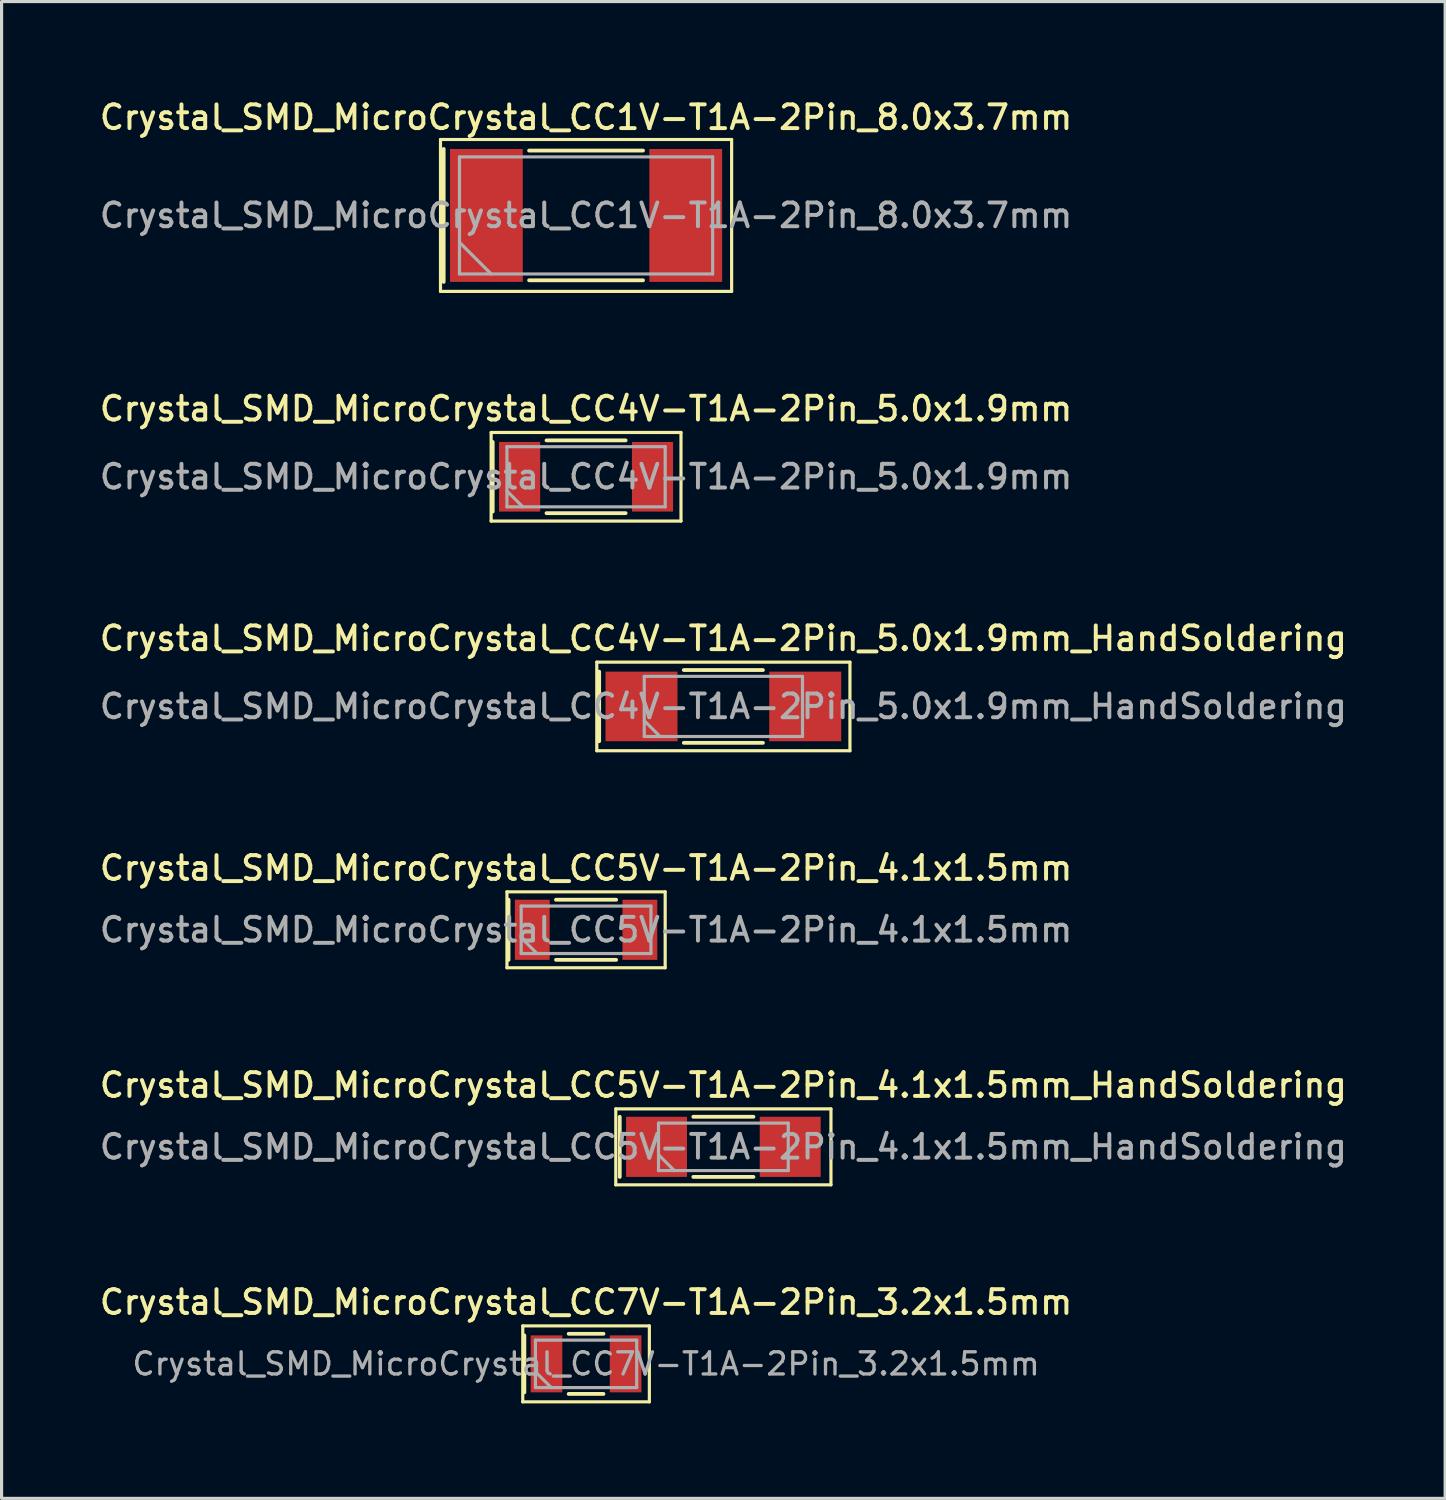
<source format=kicad_pcb>
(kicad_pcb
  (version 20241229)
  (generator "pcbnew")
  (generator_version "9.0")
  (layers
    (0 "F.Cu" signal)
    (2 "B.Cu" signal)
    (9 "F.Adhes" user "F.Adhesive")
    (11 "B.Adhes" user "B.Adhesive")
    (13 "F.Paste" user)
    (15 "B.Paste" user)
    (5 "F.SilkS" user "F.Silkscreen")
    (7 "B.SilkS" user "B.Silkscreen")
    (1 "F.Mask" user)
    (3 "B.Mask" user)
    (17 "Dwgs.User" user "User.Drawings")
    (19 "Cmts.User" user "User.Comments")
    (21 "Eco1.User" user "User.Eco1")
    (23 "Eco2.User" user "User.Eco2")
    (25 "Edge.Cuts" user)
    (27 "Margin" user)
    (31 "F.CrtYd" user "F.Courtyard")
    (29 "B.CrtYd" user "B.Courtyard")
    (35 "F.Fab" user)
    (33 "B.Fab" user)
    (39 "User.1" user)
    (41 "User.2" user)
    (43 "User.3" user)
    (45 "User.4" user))
  (footprint "Crystal_SMD_MicroCrystal_CC1V-T1A-2Pin_8.0x3.7mm"
    (layer "F.Cu")
    (at 15.47 3.758)
    (property "Reference" "Crystal_SMD_MicroCrystal_CC1V-T1A-2Pin_8.0x3.7mm" (at 0 -3.1 0) (layer "F.SilkS") (effects (font (size 0.75 0.75) (thickness 0.125))))
    (attr smd)
    (fp_line (start -4.6 -2.4) (end -4.6 2.4) (stroke (width 0.1) (type solid)) (layer "F.SilkS"))
    (fp_line (start -4.6 2.4) (end 4.6 2.4) (stroke (width 0.1) (type solid)) (layer "F.SilkS"))
    (fp_line (start -4.5 -2.1) (end -4.5 2.1) (stroke (width 0.12) (type solid)) (layer "F.SilkS"))
    (fp_line (start -1.8 -2.05) (end 1.8 -2.05) (stroke (width 0.12) (type solid)) (layer "F.SilkS"))
    (fp_line (start -1.8 2.05) (end 1.8 2.05) (stroke (width 0.12) (type solid)) (layer "F.SilkS"))
    (fp_line (start 4.6 -2.4) (end -4.6 -2.4) (stroke (width 0.1) (type solid)) (layer "F.SilkS"))
    (fp_line (start 4.6 2.4) (end 4.6 -2.4) (stroke (width 0.1) (type solid)) (layer "F.SilkS"))
    (fp_line (start -4 -1.85) (end -4 1.85) (stroke (width 0.1) (type solid)) (layer "F.Fab"))
    (fp_line (start -4 0.85) (end -3 1.85) (stroke (width 0.1) (type solid)) (layer "F.Fab"))
    (fp_line (start -4 1.85) (end 4 1.85) (stroke (width 0.1) (type solid)) (layer "F.Fab"))
    (fp_line (start 4 -1.85) (end -4 -1.85) (stroke (width 0.1) (type solid)) (layer "F.Fab"))
    (fp_line (start 4 1.85) (end 4 -1.85) (stroke (width 0.1) (type solid)) (layer "F.Fab"))
    (fp_text user "${REFERENCE}" (at 0 0 0) (layer "F.Fab") (effects (font (size 0.75 0.75) (thickness 0.125))))
    (pad "1" smd rect (at -3.15 0) (size 2.3 4.2) (layers "F.Cu" "F.Mask" "F.Paste"))
    (pad "2" smd rect (at 3.15 0) (size 2.3 4.2) (layers "F.Cu" "F.Mask" "F.Paste")))
  (footprint "Crystal_SMD_MicroCrystal_CC5V-T1A-2Pin_4.1x1.5mm"
    (layer "F.Cu")
    (at 15.47 26.332)
    (property "Reference" "Crystal_SMD_MicroCrystal_CC5V-T1A-2Pin_4.1x1.5mm" (at 0 -1.95 0) (layer "F.SilkS") (effects (font (size 0.75 0.75) (thickness 0.125))))
    (attr smd)
    (fp_line (start -2.5 -1.2) (end -2.5 1.2) (stroke (width 0.1) (type solid)) (layer "F.SilkS"))
    (fp_line (start -2.5 1.2) (end 2.5 1.2) (stroke (width 0.1) (type solid)) (layer "F.SilkS"))
    (fp_line (start -2.45 -0.95) (end -2.45 0.95) (stroke (width 0.12) (type solid)) (layer "F.SilkS"))
    (fp_line (start -0.95 -0.95) (end 0.95 -0.95) (stroke (width 0.12) (type solid)) (layer "F.SilkS"))
    (fp_line (start -0.95 0.95) (end 0.95 0.95) (stroke (width 0.12) (type solid)) (layer "F.SilkS"))
    (fp_line (start 2.5 -1.2) (end -2.5 -1.2) (stroke (width 0.1) (type solid)) (layer "F.SilkS"))
    (fp_line (start 2.5 1.2) (end 2.5 -1.2) (stroke (width 0.1) (type solid)) (layer "F.SilkS"))
    (fp_line (start -2.05 -0.75) (end -2.05 0.75) (stroke (width 0.1) (type solid)) (layer "F.Fab"))
    (fp_line (start -2.05 0.25) (end -1.55 0.75) (stroke (width 0.1) (type solid)) (layer "F.Fab"))
    (fp_line (start -2.05 0.75) (end 2.05 0.75) (stroke (width 0.1) (type solid)) (layer "F.Fab"))
    (fp_line (start 2.05 -0.75) (end -2.05 -0.75) (stroke (width 0.1) (type solid)) (layer "F.Fab"))
    (fp_line (start 2.05 0.75) (end 2.05 -0.75) (stroke (width 0.1) (type solid)) (layer "F.Fab"))
    (fp_text user "${REFERENCE}" (at 0 0 0) (layer "F.Fab") (effects (font (size 0.75 0.75) (thickness 0.125))))
    (pad "1" smd rect (at -1.7 0) (size 1.1 1.9) (layers "F.Cu" "F.Mask" "F.Paste"))
    (pad "2" smd rect (at 1.7 0) (size 1.1 1.9) (layers "F.Cu" "F.Mask" "F.Paste")))
  (footprint "Crystal_SMD_MicroCrystal_CC5V-T1A-2Pin_4.1x1.5mm_HandSoldering"
    (layer "F.Cu")
    (at 19.809 33.191)
    (property "Reference" "Crystal_SMD_MicroCrystal_CC5V-T1A-2Pin_4.1x1.5mm_HandSoldering" (at 0 -1.95 0) (layer "F.SilkS") (effects (font (size 0.75 0.75) (thickness 0.125))))
    (attr smd)
    (fp_line (start -3.4 -1.2) (end -3.4 1.2) (stroke (width 0.1) (type solid)) (layer "F.SilkS"))
    (fp_line (start -3.4 1.2) (end 3.4 1.2) (stroke (width 0.1) (type solid)) (layer "F.SilkS"))
    (fp_line (start -3.275 -0.95) (end -3.275 0.95) (stroke (width 0.12) (type solid)) (layer "F.SilkS"))
    (fp_line (start -0.95 -0.95) (end 0.95 -0.95) (stroke (width 0.12) (type solid)) (layer "F.SilkS"))
    (fp_line (start -0.95 0.95) (end 0.95 0.95) (stroke (width 0.12) (type solid)) (layer "F.SilkS"))
    (fp_line (start 3.4 -1.2) (end -3.4 -1.2) (stroke (width 0.1) (type solid)) (layer "F.SilkS"))
    (fp_line (start 3.4 1.2) (end 3.4 -1.2) (stroke (width 0.1) (type solid)) (layer "F.SilkS"))
    (fp_line (start -2.05 -0.75) (end -2.05 0.75) (stroke (width 0.1) (type solid)) (layer "F.Fab"))
    (fp_line (start -2.05 0.25) (end -1.55 0.75) (stroke (width 0.1) (type solid)) (layer "F.Fab"))
    (fp_line (start -2.05 0.75) (end 2.05 0.75) (stroke (width 0.1) (type solid)) (layer "F.Fab"))
    (fp_line (start 2.05 -0.75) (end -2.05 -0.75) (stroke (width 0.1) (type solid)) (layer "F.Fab"))
    (fp_line (start 2.05 0.75) (end 2.05 -0.75) (stroke (width 0.1) (type solid)) (layer "F.Fab"))
    (fp_text user "${REFERENCE}" (at 0 0 0) (layer "F.Fab") (effects (font (size 0.75 0.75) (thickness 0.125))))
    (pad "1" smd rect (at -2.112 0) (size 1.925 1.9) (layers "F.Cu" "F.Mask" "F.Paste"))
    (pad "2" smd rect (at 2.112 0) (size 1.925 1.9) (layers "F.Cu" "F.Mask" "F.Paste")))
  (footprint "Crystal_SMD_MicroCrystal_CC7V-T1A-2Pin_3.2x1.5mm"
    (layer "F.Cu")
    (at 15.47 40.049)
    (property "Reference" "Crystal_SMD_MicroCrystal_CC7V-T1A-2Pin_3.2x1.5mm" (at 0 -1.95 0) (layer "F.SilkS") (effects (font (size 0.75 0.75) (thickness 0.125))))
    (attr smd)
    (fp_line (start -2 -1.2) (end -2 1.2) (stroke (width 0.1) (type solid)) (layer "F.SilkS"))
    (fp_line (start -2 1.2) (end 2 1.2) (stroke (width 0.1) (type solid)) (layer "F.SilkS"))
    (fp_line (start -1.95 -0.9) (end -1.95 0.9) (stroke (width 0.12) (type solid)) (layer "F.SilkS"))
    (fp_line (start -0.55 -0.95) (end 0.55 -0.95) (stroke (width 0.12) (type solid)) (layer "F.SilkS"))
    (fp_line (start -0.55 0.95) (end 0.55 0.95) (stroke (width 0.12) (type solid)) (layer "F.SilkS"))
    (fp_line (start 2 -1.2) (end -2 -1.2) (stroke (width 0.1) (type solid)) (layer "F.SilkS"))
    (fp_line (start 2 1.2) (end 2 -1.2) (stroke (width 0.1) (type solid)) (layer "F.SilkS"))
    (fp_line (start -1.6 -0.75) (end -1.6 0.75) (stroke (width 0.1) (type solid)) (layer "F.Fab"))
    (fp_line (start -1.6 0.25) (end -1.1 0.75) (stroke (width 0.1) (type solid)) (layer "F.Fab"))
    (fp_line (start -1.6 0.75) (end 1.6 0.75) (stroke (width 0.1) (type solid)) (layer "F.Fab"))
    (fp_line (start 1.6 -0.75) (end -1.6 -0.75) (stroke (width 0.1) (type solid)) (layer "F.Fab"))
    (fp_line (start 1.6 0.75) (end 1.6 -0.75) (stroke (width 0.1) (type solid)) (layer "F.Fab"))
    (fp_text user "${REFERENCE}" (at 0 0 0) (layer "F.Fab") (effects (font (size 0.7 0.7) (thickness 0.105))))
    (pad "1" smd rect (at -1.25 0) (size 1 1.8) (layers "F.Cu" "F.Mask" "F.Paste"))
    (pad "2" smd rect (at 1.25 0) (size 1 1.8) (layers "F.Cu" "F.Mask" "F.Paste")))
  (footprint "Crystal_SMD_MicroCrystal_CC4V-T1A-2Pin_5.0x1.9mm_HandSoldering"
    (layer "F.Cu")
    (at 19.809 19.274)
    (property "Reference" "Crystal_SMD_MicroCrystal_CC4V-T1A-2Pin_5.0x1.9mm_HandSoldering" (at 0 -2.15 0) (layer "F.SilkS") (effects (font (size 0.75 0.75) (thickness 0.125))))
    (attr smd)
    (fp_line (start -4 -1.4) (end -4 1.4) (stroke (width 0.1) (type solid)) (layer "F.SilkS"))
    (fp_line (start -4 1.4) (end 4 1.4) (stroke (width 0.1) (type solid)) (layer "F.SilkS"))
    (fp_line (start -3.925 -1.1) (end -3.925 1.1) (stroke (width 0.12) (type solid)) (layer "F.SilkS"))
    (fp_line (start -1.25 -1.15) (end 1.25 -1.15) (stroke (width 0.12) (type solid)) (layer "F.SilkS"))
    (fp_line (start -1.25 1.15) (end 1.25 1.15) (stroke (width 0.12) (type solid)) (layer "F.SilkS"))
    (fp_line (start 4 -1.4) (end -4 -1.4) (stroke (width 0.1) (type solid)) (layer "F.SilkS"))
    (fp_line (start 4 1.4) (end 4 -1.4) (stroke (width 0.1) (type solid)) (layer "F.SilkS"))
    (fp_line (start -2.5 -0.95) (end -2.5 0.95) (stroke (width 0.1) (type solid)) (layer "F.Fab"))
    (fp_line (start -2.5 0.45) (end -2 0.95) (stroke (width 0.1) (type solid)) (layer "F.Fab"))
    (fp_line (start -2.5 0.95) (end 2.5 0.95) (stroke (width 0.1) (type solid)) (layer "F.Fab"))
    (fp_line (start 2.5 -0.95) (end -2.5 -0.95) (stroke (width 0.1) (type solid)) (layer "F.Fab"))
    (fp_line (start 2.5 0.95) (end 2.5 -0.95) (stroke (width 0.1) (type solid)) (layer "F.Fab"))
    (fp_text user "${REFERENCE}" (at 0 0 0) (layer "F.Fab") (effects (font (size 0.75 0.75) (thickness 0.125))))
    (pad "1" smd rect (at -2.587 0) (size 2.275 2.2) (layers "F.Cu" "F.Mask" "F.Paste"))
    (pad "2" smd rect (at 2.587 0) (size 2.275 2.2) (layers "F.Cu" "F.Mask" "F.Paste")))
  (footprint "Crystal_SMD_MicroCrystal_CC4V-T1A-2Pin_5.0x1.9mm"
    (layer "F.Cu")
    (at 15.47 12.016)
    (property "Reference" "Crystal_SMD_MicroCrystal_CC4V-T1A-2Pin_5.0x1.9mm" (at 0 -2.15 0) (layer "F.SilkS") (effects (font (size 0.75 0.75) (thickness 0.125))))
    (attr smd)
    (fp_line (start -3 -1.4) (end -3 1.4) (stroke (width 0.1) (type solid)) (layer "F.SilkS"))
    (fp_line (start -3 1.4) (end 3 1.4) (stroke (width 0.1) (type solid)) (layer "F.SilkS"))
    (fp_line (start -2.95 -1.1) (end -2.95 1.1) (stroke (width 0.12) (type solid)) (layer "F.SilkS"))
    (fp_line (start -1.25 -1.15) (end 1.25 -1.15) (stroke (width 0.12) (type solid)) (layer "F.SilkS"))
    (fp_line (start -1.25 1.15) (end 1.25 1.15) (stroke (width 0.12) (type solid)) (layer "F.SilkS"))
    (fp_line (start 3 -1.4) (end -3 -1.4) (stroke (width 0.1) (type solid)) (layer "F.SilkS"))
    (fp_line (start 3 1.4) (end 3 -1.4) (stroke (width 0.1) (type solid)) (layer "F.SilkS"))
    (fp_line (start -2.5 -0.95) (end -2.5 0.95) (stroke (width 0.1) (type solid)) (layer "F.Fab"))
    (fp_line (start -2.5 0.45) (end -2 0.95) (stroke (width 0.1) (type solid)) (layer "F.Fab"))
    (fp_line (start -2.5 0.95) (end 2.5 0.95) (stroke (width 0.1) (type solid)) (layer "F.Fab"))
    (fp_line (start 2.5 -0.95) (end -2.5 -0.95) (stroke (width 0.1) (type solid)) (layer "F.Fab"))
    (fp_line (start 2.5 0.95) (end 2.5 -0.95) (stroke (width 0.1) (type solid)) (layer "F.Fab"))
    (fp_text user "${REFERENCE}" (at 0 0 0) (layer "F.Fab") (effects (font (size 0.75 0.75) (thickness 0.125))))
    (pad "1" smd rect (at -2.1 0) (size 1.3 2.2) (layers "F.Cu" "F.Mask" "F.Paste"))
    (pad "2" smd rect (at 2.1 0) (size 1.3 2.2) (layers "F.Cu" "F.Mask" "F.Paste")))
  (gr_rect
    (start -3 -3)
    (end 42.618 44.299)
    (stroke (width 0.1) (type default))
    (fill no)
    (layer "Edge.Cuts")))
</source>
